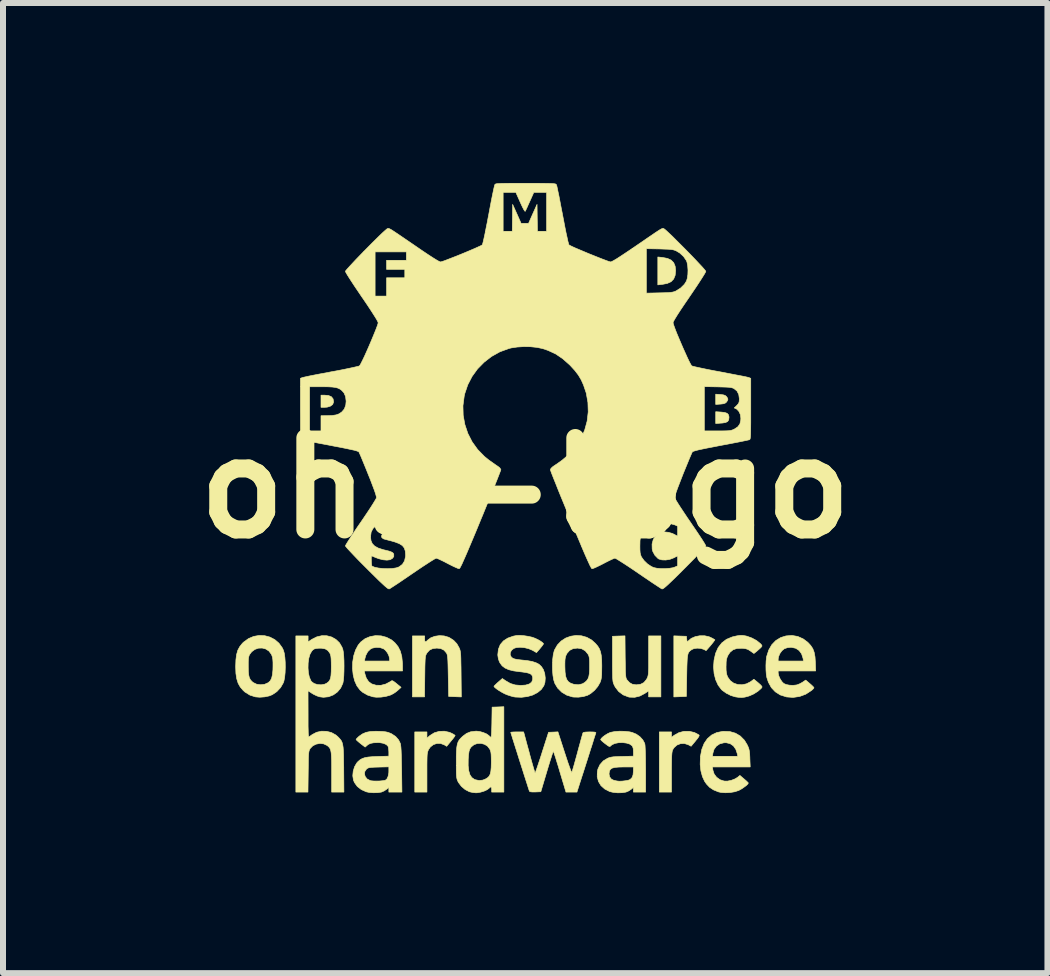
<source format=kicad_pcb>
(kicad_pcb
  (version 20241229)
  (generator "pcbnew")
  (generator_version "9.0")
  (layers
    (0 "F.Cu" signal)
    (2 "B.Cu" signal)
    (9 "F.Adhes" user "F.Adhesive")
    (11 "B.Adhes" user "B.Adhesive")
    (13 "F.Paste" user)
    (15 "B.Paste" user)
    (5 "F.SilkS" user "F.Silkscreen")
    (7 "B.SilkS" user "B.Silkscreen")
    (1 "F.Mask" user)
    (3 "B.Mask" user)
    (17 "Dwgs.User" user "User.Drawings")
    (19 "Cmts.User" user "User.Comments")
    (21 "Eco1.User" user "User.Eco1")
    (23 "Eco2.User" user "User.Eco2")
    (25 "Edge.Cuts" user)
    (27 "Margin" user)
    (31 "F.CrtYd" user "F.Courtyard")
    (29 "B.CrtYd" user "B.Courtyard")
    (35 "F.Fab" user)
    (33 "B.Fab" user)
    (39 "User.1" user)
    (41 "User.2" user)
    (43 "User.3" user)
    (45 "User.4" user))
  (footprint "ohs-logo"
    (layer "F.Cu")
    (at 5.704 5.085)
    (property "Reference" "ohs-logo" (at 0 0 0) (layer "F.SilkS") (effects (font (size 1.524 1.524) (thickness 0.3))))
    (attr through_hole)
    (fp_poly (pts (xy -3.279 -1.543) (xy -3.231 -1.523) (xy -3.204 -1.489) (xy -3.202 -1.485) (xy -3.194 -1.435) (xy -3.209 -1.394) (xy -3.246 -1.366) (xy -3.301 -1.349) (xy -3.348 -1.346) (xy -3.404 -1.346) (xy -3.404 -1.549) (xy -3.348 -1.549) (xy -3.279 -1.543)) (stroke (width 0.01) (type solid)) (fill yes) (layer "F.SilkS"))
    (fp_poly (pts (xy 2.287 -3.844) (xy 2.371 -3.828) (xy 2.433 -3.799) (xy 2.475 -3.756) (xy 2.499 -3.697) (xy 2.507 -3.626) (xy 2.499 -3.546) (xy 2.474 -3.485) (xy 2.431 -3.44) (xy 2.368 -3.411) (xy 2.289 -3.396) (xy 2.21 -3.387) (xy 2.21 -3.852) (xy 2.287 -3.844)) (stroke (width 0.01) (type solid)) (fill yes) (layer "F.SilkS"))
    (fp_poly (pts (xy 3.265 -1.267) (xy 3.326 -1.26) (xy 3.365 -1.246) (xy 3.387 -1.223) (xy 3.396 -1.188) (xy 3.396 -1.175) (xy 3.391 -1.136) (xy 3.374 -1.11) (xy 3.34 -1.093) (xy 3.286 -1.084) (xy 3.265 -1.083) (xy 3.175 -1.076) (xy 3.175 -1.273) (xy 3.265 -1.267)) (stroke (width 0.01) (type solid)) (fill yes) (layer "F.SilkS"))
    (fp_poly (pts (xy 3.253 -1.56) (xy 3.301 -1.554) (xy 3.332 -1.544) (xy 3.353 -1.527) (xy 3.355 -1.525) (xy 3.372 -1.499) (xy 3.378 -1.48) (xy 3.371 -1.459) (xy 3.355 -1.434) (xy 3.335 -1.417) (xy 3.306 -1.406) (xy 3.259 -1.4) (xy 3.253 -1.4) (xy 3.175 -1.394) (xy 3.175 -1.565) (xy 3.253 -1.56)) (stroke (width 0.01) (type solid)) (fill yes) (layer "F.SilkS"))
    (fp_poly (pts (xy 2.821 4.074) (xy 2.894 4.113) (xy 2.9 4.122) (xy 2.894 4.14) (xy 2.875 4.169) (xy 2.84 4.212) (xy 2.839 4.214) (xy 2.765 4.303) (xy 2.716 4.277) (xy 2.652 4.257) (xy 2.588 4.26) (xy 2.529 4.283) (xy 2.481 4.326) (xy 2.461 4.357) (xy 2.454 4.373) (xy 2.449 4.393) (xy 2.445 4.42) (xy 2.442 4.458) (xy 2.44 4.51) (xy 2.439 4.579) (xy 2.438 4.667) (xy 2.438 4.734) (xy 2.438 5.067) (xy 2.235 5.067) (xy 2.235 4.064) (xy 2.438 4.064) (xy 2.438 4.154) (xy 2.483 4.12) (xy 2.56 4.077) (xy 2.646 4.054) (xy 2.735 4.054) (xy 2.821 4.074)) (stroke (width 0.01) (type solid)) (fill yes) (layer "F.SilkS"))
    (fp_poly (pts (xy -1.262 4.071) (xy -1.235 4.083) (xy -1.199 4.101) (xy -1.175 4.117) (xy -1.168 4.124) (xy -1.176 4.138) (xy -1.196 4.166) (xy -1.226 4.203) (xy -1.239 4.219) (xy -1.309 4.304) (xy -1.35 4.279) (xy -1.41 4.257) (xy -1.472 4.256) (xy -1.531 4.276) (xy -1.581 4.315) (xy -1.61 4.356) (xy -1.618 4.374) (xy -1.625 4.392) (xy -1.63 4.414) (xy -1.634 4.443) (xy -1.636 4.482) (xy -1.637 4.535) (xy -1.638 4.606) (xy -1.638 4.696) (xy -1.638 4.74) (xy -1.638 5.067) (xy -1.841 5.067) (xy -1.841 4.064) (xy -1.638 4.064) (xy -1.638 4.168) (xy -1.588 4.124) (xy -1.516 4.079) (xy -1.435 4.055) (xy -1.348 4.052) (xy -1.262 4.071)) (stroke (width 0.01) (type solid)) (fill yes) (layer "F.SilkS"))
    (fp_poly (pts (xy 2.989 2.461) (xy 3.065 2.478) (xy 3.121 2.504) (xy 3.162 2.529) (xy 3.138 2.563) (xy 3.115 2.592) (xy 3.084 2.63) (xy 3.064 2.653) (xy 3.015 2.709) (xy 2.975 2.688) (xy 2.924 2.672) (xy 2.866 2.668) (xy 2.811 2.676) (xy 2.777 2.691) (xy 2.755 2.706) (xy 2.738 2.721) (xy 2.724 2.738) (xy 2.714 2.761) (xy 2.707 2.793) (xy 2.701 2.837) (xy 2.698 2.896) (xy 2.695 2.973) (xy 2.693 3.07) (xy 2.692 3.124) (xy 2.686 3.473) (xy 2.581 3.477) (xy 2.477 3.481) (xy 2.477 2.463) (xy 2.686 2.47) (xy 2.692 2.52) (xy 2.697 2.55) (xy 2.704 2.559) (xy 2.714 2.551) (xy 2.716 2.549) (xy 2.767 2.505) (xy 2.834 2.476) (xy 2.91 2.461) (xy 2.989 2.461)) (stroke (width 0.01) (type solid)) (fill yes) (layer "F.SilkS"))
    (fp_poly (pts (xy 1.666 2.812) (xy 1.668 2.915) (xy 1.669 2.997) (xy 1.67 3.059) (xy 1.673 3.105) (xy 1.676 3.138) (xy 1.68 3.161) (xy 1.685 3.177) (xy 1.692 3.189) (xy 1.696 3.196) (xy 1.739 3.243) (xy 1.785 3.269) (xy 1.842 3.278) (xy 1.852 3.279) (xy 1.922 3.27) (xy 1.977 3.242) (xy 2.019 3.192) (xy 2.029 3.175) (xy 2.038 3.157) (xy 2.044 3.139) (xy 2.049 3.117) (xy 2.053 3.088) (xy 2.055 3.049) (xy 2.057 2.996) (xy 2.057 2.926) (xy 2.057 2.835) (xy 2.057 2.791) (xy 2.057 2.464) (xy 2.261 2.464) (xy 2.261 3.48) (xy 2.057 3.48) (xy 2.057 3.38) (xy 1.994 3.422) (xy 1.911 3.466) (xy 1.825 3.487) (xy 1.74 3.485) (xy 1.721 3.481) (xy 1.633 3.447) (xy 1.559 3.392) (xy 1.502 3.319) (xy 1.483 3.283) (xy 1.475 3.264) (xy 1.468 3.245) (xy 1.463 3.224) (xy 1.46 3.196) (xy 1.457 3.16) (xy 1.456 3.111) (xy 1.455 3.046) (xy 1.454 2.963) (xy 1.454 2.858) (xy 1.454 2.845) (xy 1.454 2.47) (xy 1.558 2.466) (xy 1.663 2.463) (xy 1.666 2.812)) (stroke (width 0.01) (type solid)) (fill yes) (layer "F.SilkS"))
    (fp_poly (pts (xy -1.352 2.464) (xy -1.28 2.485) (xy -1.264 2.492) (xy -1.193 2.538) (xy -1.14 2.594) (xy -1.102 2.661) (xy -1.094 2.68) (xy -1.087 2.699) (xy -1.082 2.721) (xy -1.078 2.75) (xy -1.075 2.788) (xy -1.073 2.838) (xy -1.072 2.905) (xy -1.07 2.99) (xy -1.069 3.097) (xy -1.069 3.103) (xy -1.065 3.481) (xy -1.171 3.477) (xy -1.276 3.473) (xy -1.283 3.131) (xy -1.285 3.027) (xy -1.287 2.945) (xy -1.289 2.883) (xy -1.292 2.836) (xy -1.296 2.803) (xy -1.3 2.779) (xy -1.306 2.761) (xy -1.313 2.748) (xy -1.353 2.702) (xy -1.407 2.675) (xy -1.473 2.667) (xy -1.541 2.675) (xy -1.593 2.699) (xy -1.635 2.744) (xy -1.64 2.752) (xy -1.649 2.768) (xy -1.656 2.783) (xy -1.662 2.802) (xy -1.665 2.828) (xy -1.668 2.864) (xy -1.67 2.914) (xy -1.672 2.98) (xy -1.673 3.066) (xy -1.674 3.14) (xy -1.678 3.48) (xy -1.88 3.48) (xy -1.88 2.464) (xy -1.676 2.464) (xy -1.676 2.515) (xy -1.674 2.551) (xy -1.664 2.563) (xy -1.645 2.553) (xy -1.626 2.534) (xy -1.573 2.495) (xy -1.506 2.47) (xy -1.43 2.459) (xy -1.352 2.464)) (stroke (width 0.01) (type solid)) (fill yes) (layer "F.SilkS"))
    (fp_poly (pts (xy -2.402 2.463) (xy -2.312 2.487) (xy -2.229 2.53) (xy -2.174 2.576) (xy -2.12 2.642) (xy -2.081 2.719) (xy -2.057 2.81) (xy -2.046 2.919) (xy -2.045 2.969) (xy -2.045 3.048) (xy -2.681 3.048) (xy -2.672 3.096) (xy -2.649 3.168) (xy -2.61 3.226) (xy -2.559 3.264) (xy -2.485 3.286) (xy -2.405 3.287) (xy -2.324 3.266) (xy -2.247 3.225) (xy -2.241 3.22) (xy -2.226 3.211) (xy -2.211 3.211) (xy -2.191 3.223) (xy -2.159 3.247) (xy -2.142 3.261) (xy -2.069 3.321) (xy -2.127 3.374) (xy -2.172 3.409) (xy -2.223 3.439) (xy -2.252 3.452) (xy -2.323 3.472) (xy -2.403 3.484) (xy -2.482 3.486) (xy -2.538 3.479) (xy -2.626 3.451) (xy -2.705 3.407) (xy -2.752 3.367) (xy -2.805 3.297) (xy -2.844 3.21) (xy -2.868 3.111) (xy -2.879 3.007) (xy -2.876 2.9) (xy -2.873 2.883) (xy -2.679 2.883) (xy -2.261 2.883) (xy -2.261 2.847) (xy -2.271 2.798) (xy -2.296 2.746) (xy -2.332 2.701) (xy -2.362 2.678) (xy -2.421 2.658) (xy -2.486 2.655) (xy -2.547 2.667) (xy -2.579 2.683) (xy -2.625 2.727) (xy -2.658 2.79) (xy -2.672 2.842) (xy -2.679 2.883) (xy -2.873 2.883) (xy -2.859 2.796) (xy -2.828 2.7) (xy -2.784 2.617) (xy -2.742 2.566) (xy -2.669 2.51) (xy -2.585 2.475) (xy -2.495 2.459) (xy -2.402 2.463)) (stroke (width 0.01) (type solid)) (fill yes) (layer "F.SilkS"))
    (fp_poly (pts (xy 3.41 4.058) (xy 3.504 4.085) (xy 3.585 4.133) (xy 3.653 4.202) (xy 3.697 4.274) (xy 3.716 4.314) (xy 3.728 4.348) (xy 3.736 4.385) (xy 3.741 4.431) (xy 3.744 4.493) (xy 3.744 4.504) (xy 3.75 4.648) (xy 3.121 4.648) (xy 3.128 4.701) (xy 3.149 4.766) (xy 3.19 4.82) (xy 3.247 4.861) (xy 3.315 4.883) (xy 3.371 4.884) (xy 3.435 4.871) (xy 3.497 4.847) (xy 3.541 4.82) (xy 3.578 4.789) (xy 3.646 4.847) (xy 3.681 4.877) (xy 3.706 4.901) (xy 3.718 4.914) (xy 3.718 4.915) (xy 3.712 4.93) (xy 3.689 4.954) (xy 3.653 4.981) (xy 3.612 5.01) (xy 3.569 5.034) (xy 3.557 5.04) (xy 3.493 5.061) (xy 3.417 5.074) (xy 3.338 5.078) (xy 3.264 5.073) (xy 3.219 5.063) (xy 3.138 5.03) (xy 3.074 4.988) (xy 3.022 4.933) (xy 2.991 4.889) (xy 2.954 4.81) (xy 2.928 4.714) (xy 2.916 4.607) (xy 2.919 4.494) (xy 2.921 4.472) (xy 2.921 4.47) (xy 3.121 4.47) (xy 3.543 4.47) (xy 3.535 4.429) (xy 3.51 4.354) (xy 3.47 4.297) (xy 3.416 4.26) (xy 3.35 4.244) (xy 3.312 4.245) (xy 3.242 4.263) (xy 3.186 4.301) (xy 3.147 4.355) (xy 3.128 4.418) (xy 3.121 4.47) (xy 2.921 4.47) (xy 2.943 4.355) (xy 2.982 4.256) (xy 3.037 4.176) (xy 3.108 4.115) (xy 3.192 4.075) (xy 3.291 4.055) (xy 3.304 4.054) (xy 3.41 4.058)) (stroke (width 0.01) (type solid)) (fill yes) (layer "F.SilkS"))
    (fp_poly (pts (xy 4.543 2.473) (xy 4.634 2.514) (xy 4.71 2.571) (xy 4.758 2.623) (xy 4.793 2.676) (xy 4.816 2.738) (xy 4.83 2.813) (xy 4.836 2.905) (xy 4.841 3.048) (xy 4.216 3.048) (xy 4.216 3.083) (xy 4.225 3.127) (xy 4.247 3.177) (xy 4.277 3.224) (xy 4.308 3.256) (xy 4.348 3.274) (xy 4.403 3.285) (xy 4.463 3.288) (xy 4.518 3.282) (xy 4.538 3.277) (xy 4.579 3.26) (xy 4.622 3.236) (xy 4.629 3.231) (xy 4.675 3.2) (xy 4.744 3.259) (xy 4.778 3.289) (xy 4.803 3.314) (xy 4.813 3.328) (xy 4.813 3.328) (xy 4.804 3.342) (xy 4.782 3.364) (xy 4.768 3.375) (xy 4.676 3.435) (xy 4.574 3.473) (xy 4.465 3.489) (xy 4.356 3.481) (xy 4.35 3.479) (xy 4.251 3.448) (xy 4.169 3.396) (xy 4.102 3.325) (xy 4.053 3.236) (xy 4.027 3.157) (xy 4.018 3.103) (xy 4.013 3.033) (xy 4.012 2.957) (xy 4.015 2.884) (xy 4.019 2.847) (xy 4.216 2.847) (xy 4.216 2.883) (xy 4.638 2.883) (xy 4.63 2.835) (xy 4.606 2.762) (xy 4.565 2.707) (xy 4.509 2.67) (xy 4.441 2.655) (xy 4.427 2.654) (xy 4.369 2.66) (xy 4.32 2.677) (xy 4.318 2.678) (xy 4.279 2.71) (xy 4.245 2.757) (xy 4.223 2.809) (xy 4.216 2.847) (xy 4.019 2.847) (xy 4.021 2.823) (xy 4.024 2.807) (xy 4.059 2.699) (xy 4.11 2.61) (xy 4.177 2.541) (xy 4.259 2.491) (xy 4.346 2.464) (xy 4.446 2.456) (xy 4.543 2.473)) (stroke (width 0.01) (type solid)) (fill yes) (layer "F.SilkS"))
    (fp_poly (pts (xy 3.627 2.456) (xy 3.675 2.464) (xy 3.696 2.469) (xy 3.778 2.499) (xy 3.856 2.541) (xy 3.918 2.591) (xy 3.924 2.597) (xy 3.943 2.619) (xy 3.946 2.634) (xy 3.933 2.651) (xy 3.93 2.656) (xy 3.904 2.68) (xy 3.87 2.71) (xy 3.859 2.72) (xy 3.812 2.757) (xy 3.753 2.715) (xy 3.715 2.691) (xy 3.678 2.678) (xy 3.632 2.671) (xy 3.609 2.67) (xy 3.528 2.673) (xy 3.464 2.695) (xy 3.413 2.737) (xy 3.379 2.788) (xy 3.364 2.823) (xy 3.354 2.857) (xy 3.349 2.898) (xy 3.348 2.954) (xy 3.347 2.972) (xy 3.348 3.034) (xy 3.353 3.079) (xy 3.361 3.115) (xy 3.375 3.149) (xy 3.377 3.153) (xy 3.418 3.21) (xy 3.474 3.251) (xy 3.541 3.274) (xy 3.613 3.278) (xy 3.686 3.263) (xy 3.755 3.228) (xy 3.765 3.221) (xy 3.811 3.186) (xy 3.858 3.224) (xy 3.892 3.253) (xy 3.922 3.28) (xy 3.929 3.288) (xy 3.946 3.308) (xy 3.945 3.323) (xy 3.929 3.342) (xy 3.879 3.386) (xy 3.813 3.428) (xy 3.742 3.461) (xy 3.718 3.469) (xy 3.661 3.484) (xy 3.609 3.49) (xy 3.553 3.487) (xy 3.504 3.48) (xy 3.427 3.457) (xy 3.35 3.418) (xy 3.282 3.369) (xy 3.269 3.356) (xy 3.215 3.284) (xy 3.174 3.194) (xy 3.148 3.091) (xy 3.139 2.98) (xy 3.147 2.869) (xy 3.173 2.754) (xy 3.216 2.658) (xy 3.277 2.58) (xy 3.354 2.521) (xy 3.45 2.481) (xy 3.527 2.463) (xy 3.582 2.455) (xy 3.627 2.456)) (stroke (width 0.01) (type solid)) (fill yes) (layer "F.SilkS"))
    (fp_poly (pts (xy -4.343 2.46) (xy -4.256 2.483) (xy -4.175 2.525) (xy -4.105 2.585) (xy -4.05 2.661) (xy -4.031 2.701) (xy -4.016 2.752) (xy -4.006 2.822) (xy -4 2.904) (xy -3.999 2.991) (xy -4.002 3.077) (xy -4.01 3.155) (xy -4.022 3.217) (xy -4.031 3.244) (xy -4.077 3.324) (xy -4.14 3.392) (xy -4.215 3.443) (xy -4.267 3.464) (xy -4.343 3.48) (xy -4.425 3.486) (xy -4.497 3.48) (xy -4.588 3.451) (xy -4.672 3.399) (xy -4.703 3.37) (xy -4.75 3.315) (xy -4.785 3.253) (xy -4.808 3.179) (xy -4.822 3.089) (xy -4.826 2.98) (xy -4.826 2.972) (xy -4.616 2.972) (xy -4.615 3.054) (xy -4.609 3.115) (xy -4.598 3.161) (xy -4.579 3.197) (xy -4.552 3.226) (xy -4.532 3.242) (xy -4.476 3.269) (xy -4.41 3.278) (xy -4.343 3.27) (xy -4.282 3.243) (xy -4.282 3.243) (xy -4.25 3.213) (xy -4.227 3.17) (xy -4.213 3.11) (xy -4.205 3.031) (xy -4.204 2.971) (xy -4.204 2.905) (xy -4.207 2.857) (xy -4.212 2.822) (xy -4.221 2.794) (xy -4.232 2.769) (xy -4.272 2.716) (xy -4.324 2.682) (xy -4.384 2.666) (xy -4.446 2.668) (xy -4.506 2.689) (xy -4.559 2.728) (xy -4.59 2.769) (xy -4.602 2.791) (xy -4.609 2.816) (xy -4.614 2.85) (xy -4.616 2.897) (xy -4.616 2.964) (xy -4.616 2.972) (xy -4.826 2.972) (xy -4.822 2.863) (xy -4.811 2.775) (xy -4.79 2.702) (xy -4.757 2.641) (xy -4.713 2.586) (xy -4.693 2.567) (xy -4.613 2.509) (xy -4.526 2.472) (xy -4.435 2.456) (xy -4.343 2.46)) (stroke (width 0.01) (type solid)) (fill yes) (layer "F.SilkS"))
    (fp_poly (pts (xy 0.938 2.462) (xy 1.026 2.487) (xy 1.108 2.533) (xy 1.173 2.592) (xy 1.21 2.636) (xy 1.237 2.68) (xy 1.255 2.729) (xy 1.267 2.787) (xy 1.274 2.859) (xy 1.276 2.951) (xy 1.276 2.978) (xy 1.275 3.055) (xy 1.274 3.112) (xy 1.27 3.155) (xy 1.264 3.189) (xy 1.255 3.22) (xy 1.247 3.24) (xy 1.209 3.307) (xy 1.155 3.371) (xy 1.09 3.425) (xy 1.038 3.454) (xy 0.967 3.475) (xy 0.886 3.485) (xy 0.805 3.483) (xy 0.785 3.48) (xy 0.691 3.451) (xy 0.608 3.401) (xy 0.54 3.333) (xy 0.494 3.256) (xy 0.475 3.198) (xy 0.462 3.122) (xy 0.455 3.034) (xy 0.454 2.971) (xy 0.661 2.971) (xy 0.664 3.064) (xy 0.673 3.135) (xy 0.691 3.188) (xy 0.718 3.226) (xy 0.757 3.252) (xy 0.809 3.27) (xy 0.81 3.27) (xy 0.884 3.278) (xy 0.951 3.263) (xy 0.99 3.241) (xy 1.022 3.213) (xy 1.045 3.181) (xy 1.06 3.142) (xy 1.069 3.089) (xy 1.073 3.018) (xy 1.073 2.972) (xy 1.073 2.903) (xy 1.071 2.854) (xy 1.066 2.819) (xy 1.059 2.793) (xy 1.048 2.771) (xy 1.047 2.769) (xy 1.001 2.713) (xy 0.943 2.679) (xy 0.873 2.667) (xy 0.871 2.667) (xy 0.798 2.676) (xy 0.74 2.705) (xy 0.697 2.754) (xy 0.689 2.769) (xy 0.676 2.797) (xy 0.668 2.826) (xy 0.663 2.862) (xy 0.661 2.911) (xy 0.661 2.971) (xy 0.454 2.971) (xy 0.454 2.943) (xy 0.458 2.853) (xy 0.468 2.773) (xy 0.484 2.709) (xy 0.489 2.697) (xy 0.536 2.615) (xy 0.599 2.549) (xy 0.674 2.5) (xy 0.759 2.469) (xy 0.848 2.456) (xy 0.938 2.462)) (stroke (width 0.01) (type solid)) (fill yes) (layer "F.SilkS"))
    (fp_poly (pts (xy -0.356 5.067) (xy -0.559 5.067) (xy -0.559 5.023) (xy -0.562 4.99) (xy -0.573 4.98) (xy -0.594 4.994) (xy -0.603 5.004) (xy -0.636 5.028) (xy -0.686 5.051) (xy -0.743 5.068) (xy -0.799 5.078) (xy -0.823 5.079) (xy -0.873 5.074) (xy -0.924 5.063) (xy -0.935 5.059) (xy -1.002 5.024) (xy -1.064 4.971) (xy -1.112 4.908) (xy -1.12 4.893) (xy -1.13 4.871) (xy -1.137 4.85) (xy -1.142 4.825) (xy -1.146 4.793) (xy -1.148 4.749) (xy -1.149 4.689) (xy -1.149 4.627) (xy -0.951 4.627) (xy -0.941 4.712) (xy -0.922 4.777) (xy -0.891 4.824) (xy -0.849 4.854) (xy -0.836 4.86) (xy -0.769 4.874) (xy -0.707 4.867) (xy -0.666 4.851) (xy -0.629 4.829) (xy -0.602 4.803) (xy -0.584 4.768) (xy -0.573 4.72) (xy -0.567 4.655) (xy -0.565 4.569) (xy -0.565 4.566) (xy -0.566 4.495) (xy -0.568 4.443) (xy -0.572 4.406) (xy -0.579 4.378) (xy -0.59 4.353) (xy -0.591 4.35) (xy -0.629 4.301) (xy -0.68 4.27) (xy -0.738 4.255) (xy -0.798 4.257) (xy -0.854 4.277) (xy -0.9 4.314) (xy -0.922 4.346) (xy -0.936 4.386) (xy -0.945 4.447) (xy -0.95 4.519) (xy -0.951 4.627) (xy -1.149 4.627) (xy -1.149 4.609) (xy -1.149 4.572) (xy -1.149 4.468) (xy -1.146 4.386) (xy -1.141 4.322) (xy -1.132 4.271) (xy -1.119 4.231) (xy -1.1 4.198) (xy -1.074 4.168) (xy -1.042 4.137) (xy -0.978 4.089) (xy -0.91 4.062) (xy -0.83 4.052) (xy -0.811 4.051) (xy -0.756 4.058) (xy -0.697 4.075) (xy -0.643 4.098) (xy -0.604 4.126) (xy -0.599 4.132) (xy -0.58 4.149) (xy -0.57 4.153) (xy -0.567 4.141) (xy -0.563 4.107) (xy -0.56 4.056) (xy -0.558 3.991) (xy -0.556 3.915) (xy -0.556 3.902) (xy -0.552 3.651) (xy -0.454 3.648) (xy -0.356 3.644) (xy -0.356 5.067)) (stroke (width 0.01) (type solid)) (fill yes) (layer "F.SilkS"))
    (fp_poly (pts (xy -0.022 2.46) (xy 0.05 2.471) (xy 0.117 2.486) (xy 0.163 2.503) (xy 0.212 2.526) (xy 0.255 2.551) (xy 0.287 2.574) (xy 0.304 2.592) (xy 0.305 2.595) (xy 0.297 2.609) (xy 0.277 2.637) (xy 0.248 2.672) (xy 0.247 2.674) (xy 0.188 2.742) (xy 0.118 2.702) (xy 0.055 2.676) (xy -0.016 2.659) (xy -0.087 2.653) (xy -0.15 2.659) (xy -0.189 2.672) (xy -0.228 2.703) (xy -0.249 2.742) (xy -0.25 2.782) (xy -0.231 2.818) (xy -0.204 2.838) (xy -0.173 2.849) (xy -0.126 2.858) (xy -0.074 2.864) (xy -0.074 2.864) (xy 0.032 2.875) (xy 0.115 2.89) (xy 0.18 2.911) (xy 0.231 2.938) (xy 0.27 2.975) (xy 0.3 3.021) (xy 0.303 3.026) (xy 0.325 3.091) (xy 0.334 3.165) (xy 0.329 3.237) (xy 0.311 3.293) (xy 0.268 3.356) (xy 0.205 3.408) (xy 0.126 3.449) (xy 0.036 3.475) (xy -0.063 3.487) (xy -0.165 3.483) (xy -0.191 3.479) (xy -0.24 3.466) (xy -0.298 3.447) (xy -0.341 3.429) (xy -0.387 3.405) (xy -0.434 3.377) (xy -0.475 3.349) (xy -0.506 3.324) (xy -0.52 3.307) (xy -0.521 3.304) (xy -0.512 3.292) (xy -0.488 3.269) (xy -0.455 3.238) (xy -0.451 3.235) (xy -0.381 3.174) (xy -0.324 3.213) (xy -0.247 3.257) (xy -0.168 3.281) (xy -0.078 3.289) (xy -0.074 3.289) (xy 0.008 3.283) (xy 0.068 3.265) (xy 0.107 3.235) (xy 0.124 3.192) (xy 0.125 3.16) (xy 0.117 3.129) (xy 0.099 3.105) (xy 0.067 3.088) (xy 0.018 3.075) (xy -0.052 3.065) (xy -0.088 3.061) (xy -0.192 3.047) (xy -0.274 3.027) (xy -0.337 2.999) (xy -0.385 2.962) (xy -0.421 2.913) (xy -0.433 2.889) (xy -0.448 2.844) (xy -0.456 2.792) (xy -0.457 2.776) (xy -0.447 2.686) (xy -0.416 2.609) (xy -0.364 2.548) (xy -0.292 2.501) (xy -0.199 2.468) (xy -0.144 2.457) (xy -0.09 2.455) (xy -0.022 2.46)) (stroke (width 0.01) (type solid)) (fill yes) (layer "F.SilkS"))
    (fp_poly (pts (xy -2.438 4.054) (xy -2.372 4.057) (xy -2.323 4.063) (xy -2.285 4.072) (xy -2.249 4.086) (xy -2.23 4.094) (xy -2.16 4.14) (xy -2.11 4.198) (xy -2.082 4.255) (xy -2.077 4.278) (xy -2.072 4.318) (xy -2.068 4.376) (xy -2.065 4.454) (xy -2.063 4.554) (xy -2.06 4.677) (xy -2.06 4.683) (xy -2.055 5.067) (xy -2.273 5.067) (xy -2.273 4.989) (xy -2.312 5.021) (xy -2.351 5.047) (xy -2.395 5.066) (xy -2.398 5.067) (xy -2.457 5.076) (xy -2.528 5.078) (xy -2.599 5.073) (xy -2.65 5.062) (xy -2.732 5.025) (xy -2.799 4.973) (xy -2.846 4.908) (xy -2.863 4.867) (xy -2.874 4.797) (xy -2.872 4.769) (xy -2.679 4.769) (xy -2.665 4.812) (xy -2.634 4.849) (xy -2.587 4.873) (xy -2.571 4.878) (xy -2.532 4.882) (xy -2.48 4.883) (xy -2.424 4.882) (xy -2.373 4.877) (xy -2.337 4.871) (xy -2.331 4.869) (xy -2.304 4.846) (xy -2.285 4.803) (xy -2.274 4.747) (xy -2.273 4.718) (xy -2.273 4.646) (xy -2.444 4.65) (xy -2.513 4.652) (xy -2.562 4.655) (xy -2.595 4.659) (xy -2.617 4.665) (xy -2.634 4.674) (xy -2.647 4.685) (xy -2.674 4.725) (xy -2.679 4.769) (xy -2.872 4.769) (xy -2.867 4.72) (xy -2.845 4.646) (xy -2.809 4.583) (xy -2.786 4.557) (xy -2.752 4.528) (xy -2.716 4.508) (xy -2.673 4.493) (xy -2.618 4.483) (xy -2.548 4.477) (xy -2.461 4.473) (xy -2.273 4.468) (xy -2.273 4.398) (xy -2.276 4.354) (xy -2.282 4.317) (xy -2.287 4.303) (xy -2.315 4.275) (xy -2.363 4.254) (xy -2.424 4.243) (xy -2.455 4.242) (xy -2.526 4.245) (xy -2.578 4.255) (xy -2.617 4.273) (xy -2.635 4.288) (xy -2.668 4.317) (xy -2.744 4.259) (xy -2.78 4.229) (xy -2.807 4.205) (xy -2.819 4.191) (xy -2.819 4.19) (xy -2.811 4.177) (xy -2.788 4.154) (xy -2.766 4.134) (xy -2.712 4.097) (xy -2.652 4.071) (xy -2.58 4.057) (xy -2.491 4.053) (xy -2.438 4.054)) (stroke (width 0.01) (type solid)) (fill yes) (layer "F.SilkS"))
    (fp_poly (pts (xy 1.661 4.054) (xy 1.741 4.063) (xy 1.783 4.073) (xy 1.851 4.101) (xy 1.912 4.144) (xy 1.96 4.197) (xy 1.99 4.253) (xy 1.993 4.261) (xy 1.997 4.29) (xy 2 4.343) (xy 2.003 4.416) (xy 2.005 4.509) (xy 2.006 4.619) (xy 2.007 4.689) (xy 2.007 5.067) (xy 1.803 5.067) (xy 1.803 4.989) (xy 1.765 5.021) (xy 1.726 5.047) (xy 1.682 5.066) (xy 1.679 5.067) (xy 1.617 5.077) (xy 1.543 5.079) (xy 1.469 5.072) (xy 1.407 5.058) (xy 1.406 5.057) (xy 1.326 5.016) (xy 1.263 4.96) (xy 1.221 4.891) (xy 1.2 4.812) (xy 1.201 4.766) (xy 1.397 4.766) (xy 1.408 4.815) (xy 1.437 4.852) (xy 1.476 4.87) (xy 1.511 4.878) (xy 1.53 4.882) (xy 1.567 4.886) (xy 1.617 4.884) (xy 1.669 4.878) (xy 1.716 4.87) (xy 1.747 4.858) (xy 1.749 4.857) (xy 1.78 4.826) (xy 1.797 4.781) (xy 1.803 4.716) (xy 1.803 4.711) (xy 1.803 4.648) (xy 1.644 4.648) (xy 1.557 4.65) (xy 1.493 4.656) (xy 1.448 4.668) (xy 1.419 4.688) (xy 1.404 4.717) (xy 1.398 4.755) (xy 1.397 4.766) (xy 1.201 4.766) (xy 1.202 4.727) (xy 1.211 4.684) (xy 1.246 4.609) (xy 1.301 4.547) (xy 1.372 4.504) (xy 1.399 4.493) (xy 1.43 4.485) (xy 1.469 4.479) (xy 1.523 4.476) (xy 1.595 4.473) (xy 1.616 4.473) (xy 1.803 4.468) (xy 1.803 4.394) (xy 1.8 4.34) (xy 1.788 4.305) (xy 1.781 4.295) (xy 1.742 4.267) (xy 1.687 4.25) (xy 1.623 4.242) (xy 1.556 4.244) (xy 1.495 4.256) (xy 1.446 4.278) (xy 1.424 4.297) (xy 1.414 4.306) (xy 1.4 4.306) (xy 1.378 4.294) (xy 1.343 4.268) (xy 1.332 4.26) (xy 1.296 4.231) (xy 1.269 4.207) (xy 1.258 4.193) (xy 1.257 4.192) (xy 1.268 4.172) (xy 1.295 4.146) (xy 1.333 4.118) (xy 1.374 4.093) (xy 1.415 4.074) (xy 1.424 4.071) (xy 1.492 4.058) (xy 1.574 4.052) (xy 1.661 4.054)) (stroke (width 0.01) (type solid)) (fill yes) (layer "F.SilkS"))
    (fp_poly (pts (xy 0.656 4.406) (xy 0.685 4.494) (xy 0.711 4.573) (xy 0.735 4.64) (xy 0.754 4.692) (xy 0.768 4.727) (xy 0.775 4.74) (xy 0.776 4.74) (xy 0.781 4.726) (xy 0.792 4.69) (xy 0.808 4.637) (xy 0.827 4.569) (xy 0.849 4.49) (xy 0.87 4.413) (xy 0.893 4.327) (xy 0.915 4.248) (xy 0.933 4.181) (xy 0.948 4.128) (xy 0.958 4.093) (xy 0.962 4.08) (xy 0.976 4.071) (xy 1.012 4.066) (xy 1.071 4.064) (xy 1.076 4.064) (xy 1.131 4.065) (xy 1.163 4.068) (xy 1.177 4.074) (xy 1.178 4.08) (xy 1.172 4.097) (xy 1.16 4.133) (xy 1.143 4.186) (xy 1.123 4.251) (xy 1.1 4.324) (xy 1.099 4.324) (xy 1.071 4.413) (xy 1.038 4.518) (xy 1.003 4.627) (xy 0.969 4.734) (xy 0.944 4.81) (xy 0.862 5.067) (xy 0.679 5.067) (xy 0.578 4.73) (xy 0.552 4.642) (xy 0.527 4.562) (xy 0.506 4.493) (xy 0.488 4.439) (xy 0.476 4.403) (xy 0.47 4.388) (xy 0.47 4.388) (xy 0.464 4.398) (xy 0.452 4.43) (xy 0.436 4.48) (xy 0.415 4.545) (xy 0.391 4.623) (xy 0.365 4.709) (xy 0.361 4.722) (xy 0.26 5.061) (xy 0.168 5.065) (xy 0.115 5.065) (xy 0.083 5.061) (xy 0.07 5.053) (xy 0.07 5.052) (xy 0.063 5.032) (xy 0.05 4.992) (xy 0.032 4.935) (xy 0.009 4.864) (xy -0.017 4.783) (xy -0.045 4.694) (xy -0.075 4.6) (xy -0.105 4.506) (xy -0.134 4.413) (xy -0.162 4.325) (xy -0.187 4.246) (xy -0.209 4.177) (xy -0.225 4.124) (xy -0.237 4.087) (xy -0.241 4.072) (xy -0.241 4.071) (xy -0.23 4.068) (xy -0.198 4.065) (xy -0.153 4.064) (xy -0.134 4.064) (xy -0.027 4.064) (xy -0.015 4.105) (xy -0.009 4.129) (xy 0.003 4.173) (xy 0.019 4.234) (xy 0.039 4.307) (xy 0.062 4.39) (xy 0.077 4.448) (xy 0.1 4.531) (xy 0.121 4.606) (xy 0.139 4.668) (xy 0.153 4.715) (xy 0.162 4.743) (xy 0.165 4.749) (xy 0.17 4.738) (xy 0.182 4.705) (xy 0.2 4.654) (xy 0.222 4.588) (xy 0.248 4.51) (xy 0.276 4.424) (xy 0.28 4.41) (xy 0.389 4.07) (xy 0.467 4.067) (xy 0.545 4.063) (xy 0.656 4.406)) (stroke (width 0.01) (type solid)) (fill yes) (layer "F.SilkS"))
    (fp_poly (pts (xy -3.307 2.461) (xy -3.227 2.482) (xy -3.156 2.522) (xy -3.097 2.578) (xy -3.054 2.651) (xy -3.04 2.689) (xy -3.031 2.735) (xy -3.025 2.801) (xy -3.021 2.879) (xy -3.02 2.964) (xy -3.021 3.05) (xy -3.024 3.13) (xy -3.03 3.198) (xy -3.038 3.248) (xy -3.04 3.254) (xy -3.076 3.333) (xy -3.13 3.398) (xy -3.198 3.447) (xy -3.277 3.478) (xy -3.363 3.487) (xy -3.426 3.479) (xy -3.471 3.464) (xy -3.522 3.44) (xy -3.553 3.422) (xy -3.62 3.378) (xy -3.619 3.766) (xy -3.619 3.879) (xy -3.619 3.969) (xy -3.617 4.038) (xy -3.616 4.088) (xy -3.613 4.121) (xy -3.61 4.14) (xy -3.605 4.145) (xy -3.604 4.145) (xy -3.583 4.132) (xy -3.554 4.111) (xy -3.55 4.108) (xy -3.477 4.07) (xy -3.395 4.052) (xy -3.311 4.054) (xy -3.229 4.075) (xy -3.157 4.115) (xy -3.126 4.141) (xy -3.1 4.168) (xy -3.08 4.191) (xy -3.063 4.215) (xy -3.051 4.243) (xy -3.042 4.278) (xy -3.035 4.322) (xy -3.031 4.379) (xy -3.028 4.451) (xy -3.027 4.543) (xy -3.025 4.656) (xy -3.025 4.677) (xy -3.022 5.067) (xy -3.226 5.067) (xy -3.226 4.734) (xy -3.226 4.624) (xy -3.227 4.536) (xy -3.23 4.467) (xy -3.234 4.415) (xy -3.241 4.375) (xy -3.251 4.346) (xy -3.265 4.324) (xy -3.283 4.305) (xy -3.304 4.289) (xy -3.359 4.263) (xy -3.422 4.256) (xy -3.485 4.268) (xy -3.541 4.296) (xy -3.584 4.34) (xy -3.585 4.342) (xy -3.593 4.357) (xy -3.6 4.373) (xy -3.605 4.392) (xy -3.609 4.42) (xy -3.612 4.458) (xy -3.614 4.509) (xy -3.615 4.578) (xy -3.616 4.667) (xy -3.617 4.728) (xy -3.621 5.067) (xy -3.823 5.067) (xy -3.823 2.998) (xy -3.62 2.998) (xy -3.614 3.079) (xy -3.598 3.151) (xy -3.573 3.209) (xy -3.561 3.226) (xy -3.519 3.257) (xy -3.463 3.275) (xy -3.401 3.279) (xy -3.341 3.268) (xy -3.307 3.251) (xy -3.279 3.23) (xy -3.259 3.204) (xy -3.245 3.17) (xy -3.237 3.122) (xy -3.233 3.056) (xy -3.232 2.978) (xy -3.233 2.902) (xy -3.235 2.847) (xy -3.239 2.807) (xy -3.245 2.778) (xy -3.255 2.754) (xy -3.288 2.708) (xy -3.334 2.68) (xy -3.396 2.669) (xy -3.442 2.669) (xy -3.488 2.674) (xy -3.517 2.682) (xy -3.54 2.698) (xy -3.558 2.718) (xy -3.587 2.768) (xy -3.607 2.836) (xy -3.618 2.915) (xy -3.62 2.998) (xy -3.823 2.998) (xy -3.823 2.464) (xy -3.619 2.464) (xy -3.619 2.514) (xy -3.62 2.564) (xy -3.556 2.521) (xy -3.475 2.48) (xy -3.39 2.46) (xy -3.307 2.461)) (stroke (width 0.01) (type solid)) (fill yes) (layer "F.SilkS"))
    (fp_poly (pts (xy 0.132 -5.08) (xy 0.235 -5.08) (xy 0.318 -5.079) (xy 0.382 -5.078) (xy 0.43 -5.077) (xy 0.465 -5.075) (xy 0.489 -5.072) (xy 0.504 -5.069) (xy 0.513 -5.064) (xy 0.519 -5.058) (xy 0.52 -5.055) (xy 0.526 -5.038) (xy 0.535 -4.998) (xy 0.547 -4.939) (xy 0.563 -4.864) (xy 0.58 -4.775) (xy 0.599 -4.675) (xy 0.62 -4.568) (xy 0.623 -4.551) (xy 0.644 -4.443) (xy 0.663 -4.343) (xy 0.681 -4.253) (xy 0.698 -4.177) (xy 0.711 -4.116) (xy 0.722 -4.075) (xy 0.728 -4.055) (xy 0.729 -4.054) (xy 0.746 -4.044) (xy 0.782 -4.026) (xy 0.835 -4.002) (xy 0.901 -3.974) (xy 0.975 -3.943) (xy 1.053 -3.91) (xy 1.133 -3.878) (xy 1.21 -3.847) (xy 1.281 -3.819) (xy 1.342 -3.796) (xy 1.388 -3.779) (xy 1.417 -3.771) (xy 1.423 -3.769) (xy 1.441 -3.775) (xy 1.475 -3.793) (xy 1.526 -3.823) (xy 1.594 -3.867) (xy 1.68 -3.924) (xy 1.786 -3.995) (xy 1.847 -4.037) (xy 1.954 -4.11) (xy 2.041 -4.17) (xy 2.112 -4.218) (xy 2.167 -4.256) (xy 2.21 -4.284) (xy 2.241 -4.304) (xy 2.264 -4.317) (xy 2.28 -4.325) (xy 2.291 -4.328) (xy 2.299 -4.328) (xy 2.306 -4.326) (xy 2.309 -4.325) (xy 2.325 -4.314) (xy 2.356 -4.287) (xy 2.399 -4.247) (xy 2.453 -4.196) (xy 2.513 -4.136) (xy 2.579 -4.07) (xy 2.648 -4.001) (xy 2.717 -3.931) (xy 2.784 -3.862) (xy 2.846 -3.797) (xy 2.902 -3.737) (xy 2.949 -3.687) (xy 2.984 -3.647) (xy 3.005 -3.621) (xy 3.01 -3.612) (xy 3.003 -3.596) (xy 2.983 -3.561) (xy 2.952 -3.511) (xy 2.911 -3.447) (xy 2.862 -3.372) (xy 2.806 -3.289) (xy 2.745 -3.199) (xy 2.737 -3.187) (xy 2.655 -3.067) (xy 2.587 -2.966) (xy 2.534 -2.884) (xy 2.496 -2.822) (xy 2.472 -2.779) (xy 2.464 -2.757) (xy 2.464 -2.757) (xy 2.469 -2.734) (xy 2.483 -2.693) (xy 2.504 -2.636) (xy 2.531 -2.568) (xy 2.563 -2.492) (xy 2.597 -2.412) (xy 2.632 -2.331) (xy 2.667 -2.253) (xy 2.699 -2.182) (xy 2.728 -2.121) (xy 2.752 -2.074) (xy 2.769 -2.045) (xy 2.775 -2.037) (xy 2.794 -2.031) (xy 2.834 -2.021) (xy 2.893 -2.008) (xy 2.968 -1.992) (xy 3.056 -1.974) (xy 3.154 -1.955) (xy 3.252 -1.937) (xy 3.356 -1.917) (xy 3.454 -1.898) (xy 3.542 -1.881) (xy 3.616 -1.867) (xy 3.675 -1.855) (xy 3.714 -1.846) (xy 3.731 -1.841) (xy 3.759 -1.829) (xy 3.759 -1.322) (xy 3.759 -1.195) (xy 3.759 -1.091) (xy 3.758 -1.008) (xy 3.757 -0.943) (xy 3.756 -0.894) (xy 3.754 -0.858) (xy 3.751 -0.834) (xy 3.748 -0.819) (xy 3.743 -0.811) (xy 3.738 -0.806) (xy 3.737 -0.806) (xy 3.72 -0.802) (xy 3.68 -0.793) (xy 3.622 -0.781) (xy 3.548 -0.766) (xy 3.46 -0.749) (xy 3.362 -0.73) (xy 3.258 -0.711) (xy 3.131 -0.686) (xy 3.027 -0.666) (xy 2.945 -0.649) (xy 2.881 -0.635) (xy 2.836 -0.623) (xy 2.806 -0.614) (xy 2.789 -0.606) (xy 2.786 -0.603) (xy 2.777 -0.586) (xy 2.761 -0.549) (xy 2.737 -0.494) (xy 2.709 -0.425) (xy 2.676 -0.345) (xy 2.64 -0.257) (xy 2.628 -0.227) (xy 2.582 -0.109) (xy 2.545 -0.013) (xy 2.518 0.061) (xy 2.501 0.115) (xy 2.493 0.15) (xy 2.492 0.162) (xy 2.5 0.18) (xy 2.522 0.217) (xy 2.554 0.269) (xy 2.596 0.334) (xy 2.646 0.409) (xy 2.701 0.492) (xy 2.754 0.569) (xy 2.813 0.656) (xy 2.868 0.737) (xy 2.916 0.809) (xy 2.956 0.87) (xy 2.986 0.918) (xy 3.004 0.95) (xy 3.01 0.963) (xy 3.001 0.976) (xy 2.976 1.006) (xy 2.937 1.049) (xy 2.886 1.103) (xy 2.824 1.168) (xy 2.754 1.239) (xy 2.677 1.317) (xy 2.657 1.337) (xy 2.565 1.429) (xy 2.489 1.504) (xy 2.427 1.563) (xy 2.379 1.609) (xy 2.342 1.642) (xy 2.315 1.664) (xy 2.296 1.677) (xy 2.284 1.681) (xy 2.279 1.681) (xy 2.263 1.672) (xy 2.229 1.65) (xy 2.179 1.617) (xy 2.115 1.575) (xy 2.042 1.525) (xy 1.96 1.47) (xy 1.887 1.42) (xy 1.801 1.361) (xy 1.72 1.307) (xy 1.648 1.26) (xy 1.587 1.221) (xy 1.539 1.191) (xy 1.508 1.173) (xy 1.495 1.168) (xy 1.476 1.174) (xy 1.439 1.19) (xy 1.389 1.214) (xy 1.33 1.244) (xy 1.304 1.258) (xy 1.243 1.289) (xy 1.189 1.315) (xy 1.146 1.334) (xy 1.119 1.343) (xy 1.113 1.343) (xy 1.106 1.338) (xy 1.096 1.321) (xy 1.08 1.292) (xy 1.06 1.249) (xy 1.034 1.192) (xy 1.001 1.118) (xy 0.962 1.027) (xy 0.936 0.965) (xy 1.911 0.965) (xy 1.912 1.029) (xy 1.915 1.075) (xy 1.922 1.108) (xy 1.932 1.137) (xy 1.939 1.151) (xy 1.982 1.21) (xy 2.039 1.265) (xy 2.104 1.308) (xy 2.143 1.325) (xy 2.194 1.336) (xy 2.261 1.342) (xy 2.334 1.342) (xy 2.404 1.337) (xy 2.464 1.327) (xy 2.492 1.317) (xy 2.54 1.297) (xy 2.54 1.13) (xy 2.473 1.164) (xy 2.41 1.188) (xy 2.342 1.199) (xy 2.279 1.197) (xy 2.227 1.182) (xy 2.213 1.173) (xy 2.161 1.12) (xy 2.126 1.055) (xy 2.116 1.017) (xy 2.114 0.933) (xy 2.134 0.857) (xy 2.175 0.792) (xy 2.213 0.758) (xy 2.259 0.737) (xy 2.319 0.73) (xy 2.386 0.737) (xy 2.452 0.756) (xy 2.473 0.766) (xy 2.54 0.801) (xy 2.54 0.634) (xy 2.492 0.613) (xy 2.438 0.598) (xy 2.368 0.588) (xy 2.292 0.586) (xy 2.219 0.591) (xy 2.157 0.602) (xy 2.153 0.604) (xy 2.08 0.638) (xy 2.011 0.69) (xy 1.956 0.752) (xy 1.939 0.779) (xy 1.926 0.808) (xy 1.918 0.838) (xy 1.913 0.877) (xy 1.912 0.931) (xy 1.911 0.965) (xy 0.936 0.965) (xy 0.916 0.917) (xy 0.861 0.786) (xy 0.798 0.635) (xy 0.754 0.529) (xy 0.698 0.393) (xy 0.645 0.263) (xy 0.595 0.142) (xy 0.55 0.031) (xy 0.511 -0.068) (xy 0.477 -0.152) (xy 0.45 -0.22) (xy 0.431 -0.27) (xy 0.421 -0.299) (xy 0.419 -0.306) (xy 0.43 -0.329) (xy 0.46 -0.357) (xy 0.473 -0.366) (xy 0.509 -0.39) (xy 0.557 -0.423) (xy 0.607 -0.459) (xy 0.618 -0.467) (xy 0.742 -0.573) (xy 0.845 -0.693) (xy 0.929 -0.825) (xy 0.985 -0.953) (xy 2.985 -0.953) (xy 3.204 -0.953) (xy 3.285 -0.953) (xy 3.344 -0.954) (xy 3.388 -0.956) (xy 3.42 -0.96) (xy 3.445 -0.966) (xy 3.468 -0.975) (xy 3.489 -0.985) (xy 3.543 -1.021) (xy 3.577 -1.067) (xy 3.592 -1.128) (xy 3.594 -1.164) (xy 3.586 -1.225) (xy 3.562 -1.277) (xy 3.528 -1.314) (xy 3.514 -1.322) (xy 3.484 -1.336) (xy 3.527 -1.378) (xy 3.552 -1.406) (xy 3.565 -1.434) (xy 3.568 -1.47) (xy 3.569 -1.488) (xy 3.559 -1.561) (xy 3.529 -1.618) (xy 3.479 -1.659) (xy 3.477 -1.66) (xy 3.458 -1.668) (xy 3.432 -1.675) (xy 3.397 -1.68) (xy 3.347 -1.683) (xy 3.28 -1.685) (xy 3.21 -1.687) (xy 2.985 -1.691) (xy 2.985 -0.953) (xy 0.985 -0.953) (xy 0.991 -0.967) (xy 1.032 -1.116) (xy 1.05 -1.27) (xy 1.045 -1.427) (xy 1.017 -1.584) (xy 0.972 -1.717) (xy 0.933 -1.804) (xy 0.886 -1.883) (xy 0.828 -1.959) (xy 0.753 -2.041) (xy 0.737 -2.057) (xy 0.624 -2.157) (xy 0.507 -2.236) (xy 0.379 -2.295) (xy 0.286 -2.326) (xy 0.195 -2.345) (xy 0.089 -2.356) (xy -0.023 -2.358) (xy -0.134 -2.351) (xy -0.233 -2.336) (xy -0.273 -2.326) (xy -0.423 -2.271) (xy -0.561 -2.194) (xy -0.685 -2.098) (xy -0.795 -1.986) (xy -0.886 -1.86) (xy -0.958 -1.721) (xy -1.008 -1.573) (xy -1.017 -1.531) (xy -1.038 -1.372) (xy -1.034 -1.213) (xy -1.006 -1.059) (xy -0.956 -0.91) (xy -0.885 -0.771) (xy -0.793 -0.643) (xy -0.681 -0.528) (xy -0.606 -0.467) (xy -0.556 -0.432) (xy -0.507 -0.397) (xy -0.468 -0.37) (xy -0.46 -0.366) (xy -0.425 -0.338) (xy -0.408 -0.313) (xy -0.406 -0.306) (xy -0.411 -0.291) (xy -0.425 -0.254) (xy -0.447 -0.197) (xy -0.476 -0.123) (xy -0.512 -0.033) (xy -0.554 0.07) (xy -0.601 0.185) (xy -0.652 0.31) (xy -0.706 0.443) (xy -0.742 0.529) (xy -0.81 0.695) (xy -0.87 0.838) (xy -0.922 0.961) (xy -0.965 1.063) (xy -1.002 1.148) (xy -1.032 1.215) (xy -1.055 1.267) (xy -1.074 1.304) (xy -1.087 1.329) (xy -1.097 1.341) (xy -1.101 1.343) (xy -1.12 1.339) (xy -1.156 1.324) (xy -1.206 1.301) (xy -1.264 1.272) (xy -1.291 1.258) (xy -1.352 1.226) (xy -1.406 1.2) (xy -1.449 1.18) (xy -1.477 1.17) (xy -1.483 1.168) (xy -1.499 1.175) (xy -1.533 1.195) (xy -1.583 1.226) (xy -1.646 1.267) (xy -1.72 1.315) (xy -1.801 1.37) (xy -1.875 1.42) (xy -1.961 1.479) (xy -2.042 1.534) (xy -2.114 1.583) (xy -2.175 1.623) (xy -2.223 1.654) (xy -2.254 1.674) (xy -2.266 1.681) (xy -2.275 1.68) (xy -2.29 1.673) (xy -2.312 1.656) (xy -2.343 1.63) (xy -2.384 1.592) (xy -2.438 1.541) (xy -2.504 1.476) (xy -2.587 1.394) (xy -2.644 1.337) (xy -2.722 1.259) (xy -2.794 1.186) (xy -2.858 1.119) (xy -2.912 1.062) (xy -2.955 1.016) (xy -2.983 0.983) (xy -2.997 0.965) (xy -2.997 0.963) (xy -2.99 0.948) (xy -2.97 0.914) (xy -2.939 0.865) (xy -2.906 0.813) (xy -2.578 0.813) (xy -2.571 0.875) (xy -2.549 0.926) (xy -2.509 0.967) (xy -2.449 1) (xy -2.366 1.027) (xy -2.331 1.035) (xy -2.271 1.05) (xy -2.232 1.064) (xy -2.207 1.078) (xy -2.194 1.095) (xy -2.191 1.104) (xy -2.191 1.141) (xy -2.214 1.172) (xy -2.253 1.194) (xy -2.305 1.201) (xy -2.37 1.195) (xy -2.441 1.177) (xy -2.498 1.156) (xy -2.532 1.141) (xy -2.555 1.132) (xy -2.561 1.13) (xy -2.564 1.142) (xy -2.566 1.17) (xy -2.565 1.208) (xy -2.563 1.248) (xy -2.56 1.281) (xy -2.555 1.299) (xy -2.554 1.301) (xy -2.508 1.32) (xy -2.444 1.333) (xy -2.369 1.341) (xy -2.291 1.343) (xy -2.215 1.34) (xy -2.15 1.33) (xy -2.102 1.313) (xy -2.047 1.271) (xy -2.011 1.213) (xy -1.995 1.139) (xy -1.994 1.114) (xy -1.999 1.049) (xy -2.016 0.998) (xy -2.048 0.958) (xy -2.099 0.926) (xy -2.17 0.899) (xy -2.225 0.883) (xy -2.279 0.869) (xy -2.325 0.857) (xy -2.356 0.848) (xy -2.364 0.845) (xy -2.39 0.825) (xy -2.396 0.799) (xy -2.383 0.771) (xy -2.356 0.747) (xy -2.315 0.732) (xy -2.312 0.732) (xy -2.272 0.731) (xy -2.218 0.735) (xy -2.158 0.745) (xy -2.102 0.757) (xy -2.067 0.769) (xy -2.055 0.771) (xy -2.048 0.762) (xy -2.045 0.737) (xy -2.045 0.695) (xy -2.045 0.612) (xy -2.136 0.597) (xy -2.196 0.59) (xy -2.266 0.586) (xy -2.331 0.587) (xy -2.331 0.587) (xy -2.39 0.591) (xy -2.431 0.599) (xy -2.464 0.612) (xy -2.486 0.625) (xy -2.537 0.673) (xy -2.568 0.734) (xy -2.578 0.811) (xy -2.578 0.813) (xy -2.906 0.813) (xy -2.898 0.802) (xy -2.85 0.729) (xy -2.795 0.647) (xy -2.741 0.569) (xy -2.681 0.481) (xy -2.626 0.399) (xy -2.577 0.325) (xy -2.537 0.262) (xy -2.506 0.211) (xy -2.486 0.177) (xy -2.479 0.162) (xy -2.482 0.14) (xy -2.493 0.099) (xy -2.513 0.039) (xy -2.544 -0.043) (xy -2.583 -0.146) (xy -2.616 -0.227) (xy -2.652 -0.317) (xy -2.686 -0.4) (xy -2.716 -0.473) (xy -2.741 -0.533) (xy -2.76 -0.576) (xy -2.771 -0.6) (xy -2.773 -0.603) (xy -2.784 -0.61) (xy -2.808 -0.619) (xy -2.846 -0.63) (xy -2.901 -0.642) (xy -2.975 -0.658) (xy -3.069 -0.677) (xy -3.186 -0.699) (xy -3.246 -0.711) (xy -3.351 -0.731) (xy -3.448 -0.749) (xy -3.536 -0.766) (xy -3.61 -0.781) (xy -3.668 -0.793) (xy -3.707 -0.802) (xy -3.724 -0.806) (xy -3.73 -0.81) (xy -3.734 -0.818) (xy -3.738 -0.832) (xy -3.741 -0.855) (xy -3.743 -0.889) (xy -3.745 -0.936) (xy -3.745 -0.953) (xy -3.594 -0.953) (xy -3.404 -0.953) (xy -3.404 -1.206) (xy -3.299 -1.207) (xy -3.216 -1.21) (xy -3.152 -1.22) (xy -3.102 -1.238) (xy -3.06 -1.267) (xy -3.059 -1.267) (xy -3.015 -1.318) (xy -2.991 -1.383) (xy -2.985 -1.448) (xy -2.994 -1.525) (xy -3.021 -1.587) (xy -3.059 -1.629) (xy -3.088 -1.65) (xy -3.121 -1.666) (xy -3.16 -1.677) (xy -3.212 -1.684) (xy -3.279 -1.688) (xy -3.367 -1.689) (xy -3.394 -1.689) (xy -3.594 -1.689) (xy -3.594 -0.953) (xy -3.745 -0.953) (xy -3.746 -0.999) (xy -3.746 -1.08) (xy -3.746 -1.181) (xy -3.747 -1.305) (xy -3.747 -1.829) (xy -3.718 -1.841) (xy -3.699 -1.846) (xy -3.658 -1.855) (xy -3.599 -1.868) (xy -3.523 -1.883) (xy -3.435 -1.9) (xy -3.336 -1.918) (xy -3.239 -1.937) (xy -3.134 -1.956) (xy -3.037 -1.975) (xy -2.95 -1.993) (xy -2.875 -2.009) (xy -2.818 -2.022) (xy -2.779 -2.031) (xy -2.763 -2.037) (xy -2.751 -2.053) (xy -2.732 -2.089) (xy -2.706 -2.141) (xy -2.675 -2.206) (xy -2.642 -2.28) (xy -2.607 -2.359) (xy -2.572 -2.441) (xy -2.539 -2.52) (xy -2.509 -2.593) (xy -2.483 -2.658) (xy -2.464 -2.709) (xy -2.453 -2.744) (xy -2.451 -2.757) (xy -2.459 -2.777) (xy -2.481 -2.818) (xy -2.519 -2.879) (xy -2.571 -2.96) (xy -2.637 -3.06) (xy -2.718 -3.179) (xy -2.724 -3.187) (xy -2.785 -3.278) (xy -2.842 -3.362) (xy -2.892 -3.438) (xy -2.934 -3.503) (xy -2.967 -3.556) (xy -2.988 -3.592) (xy -2.997 -3.611) (xy -2.997 -3.612) (xy -2.989 -3.626) (xy -2.964 -3.655) (xy -2.926 -3.697) (xy -2.877 -3.75) (xy -2.82 -3.811) (xy -2.756 -3.877) (xy -2.698 -3.937) (xy -2.502 -3.937) (xy -2.502 -3.2) (xy -2.311 -3.2) (xy -2.311 -3.249) (xy 2.019 -3.249) (xy 2.238 -3.254) (xy 2.32 -3.256) (xy 2.381 -3.258) (xy 2.426 -3.262) (xy 2.459 -3.267) (xy 2.485 -3.274) (xy 2.51 -3.284) (xy 2.517 -3.288) (xy 2.591 -3.335) (xy 2.653 -3.396) (xy 2.687 -3.45) (xy 2.702 -3.498) (xy 2.711 -3.562) (xy 2.713 -3.633) (xy 2.708 -3.703) (xy 2.697 -3.762) (xy 2.687 -3.79) (xy 2.64 -3.859) (xy 2.576 -3.918) (xy 2.516 -3.954) (xy 2.491 -3.964) (xy 2.463 -3.972) (xy 2.428 -3.977) (xy 2.382 -3.981) (xy 2.319 -3.983) (xy 2.238 -3.986) (xy 2.019 -3.99) (xy 2.019 -3.249) (xy -2.311 -3.249) (xy -2.311 -3.505) (xy -2.007 -3.505) (xy -2.007 -3.645) (xy -2.311 -3.645) (xy -2.311 -3.797) (xy -1.981 -3.797) (xy -1.981 -3.937) (xy -2.502 -3.937) (xy -2.698 -3.937) (xy -2.688 -3.947) (xy -2.619 -4.017) (xy -2.551 -4.086) (xy -2.486 -4.15) (xy -2.427 -4.208) (xy -2.376 -4.257) (xy -2.335 -4.294) (xy -2.307 -4.318) (xy -2.296 -4.325) (xy -2.289 -4.327) (xy -2.281 -4.328) (xy -2.271 -4.326) (xy -2.257 -4.32) (xy -2.236 -4.309) (xy -2.207 -4.291) (xy -2.168 -4.265) (xy -2.117 -4.231) (xy -2.051 -4.186) (xy -1.969 -4.13) (xy -1.868 -4.061) (xy -1.833 -4.037) (xy -1.718 -3.958) (xy -1.621 -3.893) (xy -1.544 -3.843) (xy -1.485 -3.806) (xy -1.443 -3.782) (xy -1.417 -3.771) (xy -1.41 -3.769) (xy -1.39 -3.775) (xy -1.35 -3.788) (xy -1.295 -3.809) (xy -1.228 -3.835) (xy -1.153 -3.864) (xy -1.074 -3.896) (xy -0.994 -3.929) (xy -0.918 -3.961) (xy -0.848 -3.991) (xy -0.79 -4.017) (xy -0.746 -4.037) (xy -0.72 -4.051) (xy -0.716 -4.054) (xy -0.71 -4.07) (xy -0.7 -4.108) (xy -0.687 -4.165) (xy -0.671 -4.239) (xy -0.654 -4.326) (xy -0.634 -4.425) (xy -0.614 -4.531) (xy -0.61 -4.55) (xy -0.59 -4.658) (xy -0.571 -4.759) (xy -0.553 -4.85) (xy -0.537 -4.928) (xy -0.537 -4.928) (xy -0.368 -4.928) (xy -0.368 -4.28) (xy -0.216 -4.28) (xy -0.213 -4.505) (xy -0.21 -4.729) (xy -0.139 -4.571) (xy -0.069 -4.413) (xy 0.056 -4.413) (xy 0.126 -4.571) (xy 0.197 -4.729) (xy 0.2 -4.505) (xy 0.204 -4.28) (xy 0.356 -4.28) (xy 0.356 -4.928) (xy 0.25 -4.928) (xy 0.143 -4.928) (xy 0.076 -4.778) (xy 0.05 -4.721) (xy 0.028 -4.671) (xy 0.01 -4.633) (xy 0.001 -4.614) (xy 0.001 -4.613) (xy -0.008 -4.617) (xy -0.024 -4.642) (xy -0.047 -4.686) (xy -0.075 -4.746) (xy -0.082 -4.762) (xy -0.156 -4.928) (xy -0.368 -4.928) (xy -0.537 -4.928) (xy -0.524 -4.989) (xy -0.514 -5.032) (xy -0.508 -5.054) (xy -0.508 -5.055) (xy -0.504 -5.061) (xy -0.497 -5.067) (xy -0.485 -5.071) (xy -0.466 -5.074) (xy -0.436 -5.076) (xy -0.395 -5.078) (xy -0.339 -5.079) (xy -0.266 -5.08) (xy -0.174 -5.08) (xy -0.06 -5.08) (xy 0.006 -5.08) (xy 0.132 -5.08)) (stroke (width 0.01) (type solid)) (fill yes) (layer "F.SilkS")))
  (gr_rect
    (start -3 -3)
    (end 14.408 13.169)
    (stroke (width 0.1) (type default))
    (fill no)
    (layer "Edge.Cuts")))
</source>
